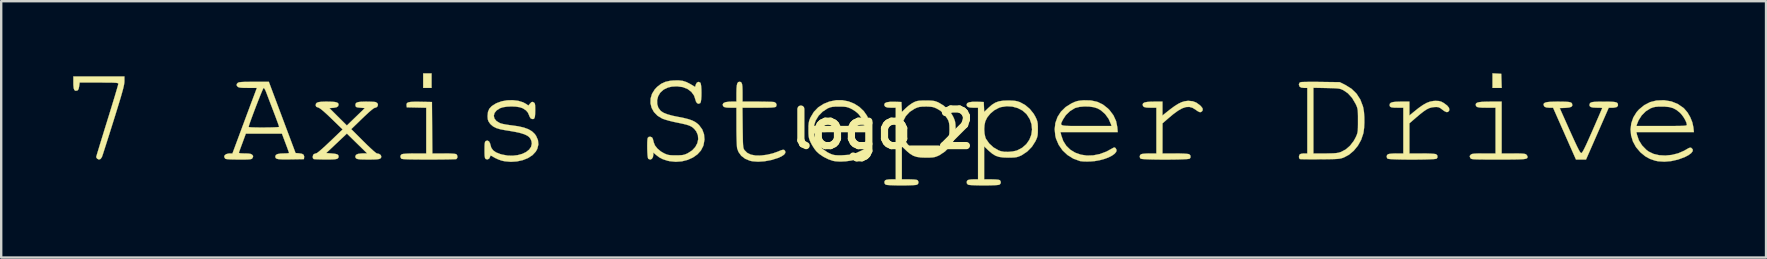
<source format=kicad_pcb>
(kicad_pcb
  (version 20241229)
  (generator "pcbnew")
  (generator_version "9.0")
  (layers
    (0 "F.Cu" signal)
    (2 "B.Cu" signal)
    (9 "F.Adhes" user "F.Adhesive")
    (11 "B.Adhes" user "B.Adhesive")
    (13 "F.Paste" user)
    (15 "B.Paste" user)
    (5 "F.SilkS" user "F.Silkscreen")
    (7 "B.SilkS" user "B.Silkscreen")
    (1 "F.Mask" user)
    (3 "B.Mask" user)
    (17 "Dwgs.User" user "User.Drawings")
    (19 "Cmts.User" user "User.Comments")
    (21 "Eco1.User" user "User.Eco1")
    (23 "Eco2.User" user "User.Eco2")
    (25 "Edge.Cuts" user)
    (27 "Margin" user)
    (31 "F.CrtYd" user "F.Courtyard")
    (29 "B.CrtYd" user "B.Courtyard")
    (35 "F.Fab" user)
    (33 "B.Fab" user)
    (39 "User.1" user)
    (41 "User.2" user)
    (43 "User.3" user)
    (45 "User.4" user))
  (footprint "logo_2"
    (layer "F.Cu")
    (at 33.724 2.326)
    (property "Reference" "logo_2" (at 0 0 0) (layer "F.SilkS") (effects (font (size 1.524 1.524) (thickness 0.3))))
    (attr through_hole)
    (fp_poly (pts (xy -18.796 -1.714) (xy -19.145 -1.714) (xy -19.145 -2.318) (xy -18.796 -2.318) (xy -18.796 -1.714)) (stroke (width 0.01) (type solid)) (fill yes) (layer "F.SilkS"))
    (fp_poly (pts (xy 25.583 -2.311) (xy 25.765 -2.302) (xy 25.774 -2.008) (xy 25.783 -1.714) (xy 25.4 -1.714) (xy 25.4 -2.321) (xy 25.583 -2.311)) (stroke (width 0.01) (type solid)) (fill yes) (layer "F.SilkS"))
    (fp_poly (pts (xy -19.249 -1.136) (xy -18.78 -1.127) (xy -18.772 -0.056) (xy -18.763 1.016) (xy -18.278 1.016) (xy -18.061 1.018) (xy -17.904 1.025) (xy -17.803 1.037) (xy -17.756 1.053) (xy -17.755 1.054) (xy -17.721 1.119) (xy -17.722 1.192) (xy -17.755 1.245) (xy -17.767 1.251) (xy -17.809 1.255) (xy -17.908 1.259) (xy -18.055 1.263) (xy -18.242 1.266) (xy -18.462 1.268) (xy -18.707 1.27) (xy -18.919 1.27) (xy -19.238 1.269) (xy -19.497 1.267) (xy -19.702 1.264) (xy -19.856 1.259) (xy -19.964 1.252) (xy -20.031 1.243) (xy -20.06 1.232) (xy -20.096 1.16) (xy -20.079 1.087) (xy -20.036 1.049) (xy -19.983 1.037) (xy -19.878 1.027) (xy -19.734 1.02) (xy -19.563 1.016) (xy -19.497 1.016) (xy -19.018 1.016) (xy -19.018 -0.887) (xy -19.423 -0.896) (xy -19.828 -0.905) (xy -19.838 -0.99) (xy -19.837 -1.045) (xy -19.815 -1.085) (xy -19.763 -1.113) (xy -19.676 -1.129) (xy -19.543 -1.137) (xy -19.359 -1.138) (xy -19.249 -1.136)) (stroke (width 0.01) (type solid)) (fill yes) (layer "F.SilkS"))
    (fp_poly (pts (xy 25.781 -1.143) (xy 25.781 1.016) (xy 26.271 1.016) (xy 26.465 1.017) (xy 26.605 1.021) (xy 26.702 1.028) (xy 26.764 1.04) (xy 26.801 1.057) (xy 26.811 1.066) (xy 26.851 1.122) (xy 26.86 1.155) (xy 26.858 1.184) (xy 26.845 1.208) (xy 26.818 1.227) (xy 26.768 1.242) (xy 26.692 1.253) (xy 26.582 1.26) (xy 26.434 1.265) (xy 26.24 1.268) (xy 25.995 1.27) (xy 25.694 1.27) (xy 25.649 1.27) (xy 25.35 1.27) (xy 25.109 1.269) (xy 24.918 1.268) (xy 24.772 1.265) (xy 24.664 1.261) (xy 24.589 1.255) (xy 24.539 1.247) (xy 24.508 1.237) (xy 24.49 1.224) (xy 24.48 1.209) (xy 24.452 1.147) (xy 24.46 1.108) (xy 24.497 1.066) (xy 24.527 1.046) (xy 24.579 1.032) (xy 24.66 1.023) (xy 24.782 1.018) (xy 24.954 1.016) (xy 25.037 1.016) (xy 25.527 1.016) (xy 25.527 -0.889) (xy 25.152 -0.889) (xy 24.973 -0.891) (xy 24.847 -0.9) (xy 24.766 -0.918) (xy 24.722 -0.948) (xy 24.704 -0.992) (xy 24.701 -1.023) (xy 24.715 -1.066) (xy 24.759 -1.098) (xy 24.841 -1.12) (xy 24.967 -1.134) (xy 25.145 -1.141) (xy 25.323 -1.143) (xy 25.781 -1.143)) (stroke (width 0.01) (type solid)) (fill yes) (layer "F.SilkS"))
    (fp_poly (pts (xy -31.591 -1.994) (xy -31.594 -1.938) (xy -31.603 -1.87) (xy -31.62 -1.784) (xy -31.646 -1.674) (xy -31.684 -1.535) (xy -31.733 -1.361) (xy -31.797 -1.147) (xy -31.877 -0.887) (xy -31.973 -0.576) (xy -32.038 -0.368) (xy -32.13 -0.075) (xy -32.217 0.201) (xy -32.298 0.456) (xy -32.37 0.681) (xy -32.431 0.872) (xy -32.479 1.021) (xy -32.513 1.121) (xy -32.529 1.166) (xy -32.584 1.246) (xy -32.652 1.27) (xy -32.724 1.236) (xy -32.728 1.232) (xy -32.761 1.182) (xy -32.766 1.163) (xy -32.757 1.128) (xy -32.731 1.038) (xy -32.689 0.899) (xy -32.634 0.718) (xy -32.567 0.499) (xy -32.49 0.25) (xy -32.406 -0.024) (xy -32.315 -0.316) (xy -32.306 -0.346) (xy -32.214 -0.641) (xy -32.129 -0.919) (xy -32.051 -1.174) (xy -31.983 -1.398) (xy -31.927 -1.588) (xy -31.884 -1.735) (xy -31.856 -1.834) (xy -31.845 -1.88) (xy -31.845 -1.881) (xy -31.849 -1.898) (xy -31.866 -1.911) (xy -31.902 -1.921) (xy -31.966 -1.928) (xy -32.064 -1.933) (xy -32.204 -1.935) (xy -32.392 -1.936) (xy -32.636 -1.937) (xy -33.456 -1.937) (xy -33.477 -1.78) (xy -33.498 -1.676) (xy -33.53 -1.621) (xy -33.562 -1.603) (xy -33.63 -1.595) (xy -33.677 -1.626) (xy -33.705 -1.704) (xy -33.717 -1.835) (xy -33.718 -1.925) (xy -33.718 -2.191) (xy -31.591 -2.191) (xy -31.591 -1.994)) (stroke (width 0.01) (type solid)) (fill yes) (layer "F.SilkS"))
    (fp_poly (pts (xy 12.914 -1.158) (xy 13.059 -1.103) (xy 13.202 -1) (xy 13.248 -0.959) (xy 13.32 -0.868) (xy 13.329 -0.788) (xy 13.297 -0.737) (xy 13.247 -0.705) (xy 13.188 -0.709) (xy 13.106 -0.753) (xy 13.027 -0.81) (xy 12.9 -0.887) (xy 12.769 -0.923) (xy 12.629 -0.916) (xy 12.475 -0.864) (xy 12.299 -0.765) (xy 12.098 -0.618) (xy 11.909 -0.46) (xy 11.654 -0.238) (xy 11.653 0.389) (xy 11.652 1.016) (xy 12.178 1.016) (xy 12.37 1.018) (xy 12.535 1.023) (xy 12.664 1.032) (xy 12.746 1.043) (xy 12.766 1.049) (xy 12.818 1.107) (xy 12.82 1.182) (xy 12.789 1.232) (xy 12.747 1.243) (xy 12.65 1.253) (xy 12.509 1.26) (xy 12.334 1.266) (xy 12.132 1.27) (xy 11.915 1.272) (xy 11.691 1.273) (xy 11.471 1.271) (xy 11.263 1.268) (xy 11.077 1.263) (xy 10.922 1.256) (xy 10.809 1.247) (xy 10.746 1.236) (xy 10.738 1.232) (xy 10.702 1.16) (xy 10.719 1.087) (xy 10.761 1.049) (xy 10.82 1.034) (xy 10.923 1.023) (xy 11.053 1.017) (xy 11.11 1.016) (xy 11.398 1.016) (xy 11.398 -0.889) (xy 11.151 -0.889) (xy 10.999 -0.894) (xy 10.901 -0.913) (xy 10.847 -0.949) (xy 10.827 -1.006) (xy 10.827 -1.023) (xy 10.845 -1.072) (xy 10.904 -1.107) (xy 11.01 -1.129) (xy 11.168 -1.141) (xy 11.321 -1.143) (xy 11.652 -1.143) (xy 11.652 -0.563) (xy 11.755 -0.648) (xy 11.973 -0.821) (xy 12.154 -0.954) (xy 12.308 -1.051) (xy 12.443 -1.117) (xy 12.568 -1.156) (xy 12.692 -1.173) (xy 12.748 -1.174) (xy 12.914 -1.158)) (stroke (width 0.01) (type solid)) (fill yes) (layer "F.SilkS"))
    (fp_poly (pts (xy 23.165 -1.168) (xy 23.264 -1.142) (xy 23.367 -1.087) (xy 23.376 -1.081) (xy 23.513 -0.978) (xy 23.589 -0.883) (xy 23.603 -0.796) (xy 23.591 -0.764) (xy 23.545 -0.712) (xy 23.481 -0.707) (xy 23.391 -0.75) (xy 23.305 -0.813) (xy 23.219 -0.877) (xy 23.151 -0.909) (xy 23.073 -0.919) (xy 22.97 -0.915) (xy 22.866 -0.901) (xy 22.765 -0.872) (xy 22.659 -0.82) (xy 22.538 -0.74) (xy 22.392 -0.627) (xy 22.211 -0.474) (xy 22.195 -0.46) (xy 21.939 -0.238) (xy 21.939 1.016) (xy 22.465 1.016) (xy 22.657 1.018) (xy 22.822 1.023) (xy 22.951 1.032) (xy 23.033 1.043) (xy 23.053 1.049) (xy 23.105 1.107) (xy 23.107 1.182) (xy 23.076 1.232) (xy 23.034 1.243) (xy 22.937 1.253) (xy 22.796 1.26) (xy 22.621 1.266) (xy 22.419 1.27) (xy 22.202 1.272) (xy 21.978 1.273) (xy 21.758 1.271) (xy 21.55 1.268) (xy 21.364 1.263) (xy 21.209 1.256) (xy 21.096 1.247) (xy 21.033 1.236) (xy 21.025 1.232) (xy 20.989 1.16) (xy 21.006 1.087) (xy 21.048 1.049) (xy 21.107 1.034) (xy 21.21 1.023) (xy 21.34 1.017) (xy 21.397 1.016) (xy 21.685 1.016) (xy 21.685 -0.889) (xy 21.45 -0.889) (xy 21.298 -0.892) (xy 21.2 -0.903) (xy 21.143 -0.925) (xy 21.118 -0.963) (xy 21.114 -1.004) (xy 21.127 -1.059) (xy 21.17 -1.098) (xy 21.252 -1.123) (xy 21.381 -1.138) (xy 21.563 -1.143) (xy 21.608 -1.143) (xy 21.939 -1.143) (xy 21.939 -0.564) (xy 22.106 -0.703) (xy 22.318 -0.873) (xy 22.498 -1) (xy 22.656 -1.089) (xy 22.801 -1.144) (xy 22.945 -1.17) (xy 23.036 -1.174) (xy 23.165 -1.168)) (stroke (width 0.01) (type solid)) (fill yes) (layer "F.SilkS"))
    (fp_poly (pts (xy 28.33 -1.141) (xy 28.48 -1.136) (xy 28.585 -1.127) (xy 28.653 -1.111) (xy 28.694 -1.087) (xy 28.715 -1.054) (xy 28.719 -1.043) (xy 28.724 -0.974) (xy 28.685 -0.927) (xy 28.595 -0.898) (xy 28.449 -0.883) (xy 28.432 -0.882) (xy 28.2 -0.873) (xy 28.619 0.064) (xy 28.741 0.333) (xy 28.84 0.549) (xy 28.919 0.716) (xy 28.981 0.84) (xy 29.028 0.925) (xy 29.063 0.976) (xy 29.089 0.998) (xy 29.097 1) (xy 29.119 0.989) (xy 29.149 0.951) (xy 29.189 0.882) (xy 29.243 0.776) (xy 29.313 0.63) (xy 29.4 0.437) (xy 29.509 0.192) (xy 29.564 0.067) (xy 29.663 -0.16) (xy 29.753 -0.368) (xy 29.832 -0.549) (xy 29.896 -0.698) (xy 29.942 -0.806) (xy 29.968 -0.867) (xy 29.972 -0.878) (xy 29.943 -0.883) (xy 29.866 -0.887) (xy 29.757 -0.889) (xy 29.738 -0.889) (xy 29.585 -0.896) (xy 29.489 -0.921) (xy 29.443 -0.965) (xy 29.443 -1.032) (xy 29.447 -1.043) (xy 29.465 -1.079) (xy 29.5 -1.105) (xy 29.56 -1.123) (xy 29.654 -1.134) (xy 29.792 -1.14) (xy 29.983 -1.142) (xy 30.035 -1.142) (xy 30.239 -1.141) (xy 30.389 -1.136) (xy 30.492 -1.126) (xy 30.56 -1.11) (xy 30.6 -1.086) (xy 30.621 -1.052) (xy 30.624 -1.043) (xy 30.625 -0.965) (xy 30.568 -0.914) (xy 30.454 -0.89) (xy 30.405 -0.888) (xy 30.242 -0.888) (xy 29.769 0.191) (xy 29.296 1.27) (xy 29.086 1.27) (xy 28.877 1.269) (xy 27.924 -0.887) (xy 27.764 -0.888) (xy 27.634 -0.901) (xy 27.558 -0.939) (xy 27.528 -1.006) (xy 27.527 -1.023) (xy 27.541 -1.067) (xy 27.588 -1.099) (xy 27.673 -1.122) (xy 27.804 -1.135) (xy 27.988 -1.142) (xy 28.125 -1.143) (xy 28.33 -1.141)) (stroke (width 0.01) (type solid)) (fill yes) (layer "F.SilkS"))
    (fp_poly (pts (xy 8.67 -1.192) (xy 8.932 -1.135) (xy 9.166 -1.025) (xy 9.378 -0.859) (xy 9.444 -0.792) (xy 9.61 -0.572) (xy 9.72 -0.33) (xy 9.771 -0.076) (xy 9.788 0.127) (xy 7.404 0.127) (xy 7.434 0.257) (xy 7.517 0.496) (xy 7.646 0.699) (xy 7.815 0.862) (xy 8.018 0.985) (xy 8.249 1.066) (xy 8.5 1.104) (xy 8.766 1.096) (xy 9.041 1.041) (xy 9.319 0.938) (xy 9.58 0.794) (xy 9.638 0.765) (xy 9.68 0.778) (xy 9.703 0.8) (xy 9.741 0.872) (xy 9.724 0.95) (xy 9.657 1.03) (xy 9.548 1.108) (xy 9.404 1.182) (xy 9.231 1.246) (xy 9.037 1.298) (xy 8.828 1.335) (xy 8.636 1.351) (xy 8.488 1.353) (xy 8.35 1.349) (xy 8.244 1.338) (xy 8.214 1.333) (xy 7.939 1.233) (xy 7.696 1.082) (xy 7.49 0.889) (xy 7.329 0.659) (xy 7.218 0.4) (xy 7.189 0.286) (xy 7.161 0.006) (xy 7.188 -0.224) (xy 7.429 -0.224) (xy 7.434 -0.188) (xy 7.465 -0.163) (xy 7.527 -0.145) (xy 7.625 -0.135) (xy 7.765 -0.129) (xy 7.953 -0.127) (xy 8.193 -0.127) (xy 8.479 -0.127) (xy 9.529 -0.127) (xy 9.507 -0.198) (xy 9.409 -0.425) (xy 9.265 -0.623) (xy 9.086 -0.781) (xy 8.944 -0.862) (xy 8.789 -0.91) (xy 8.598 -0.937) (xy 8.395 -0.941) (xy 8.2 -0.924) (xy 8.037 -0.885) (xy 7.997 -0.869) (xy 7.798 -0.746) (xy 7.628 -0.582) (xy 7.511 -0.404) (xy 7.473 -0.33) (xy 7.444 -0.271) (xy 7.429 -0.224) (xy 7.188 -0.224) (xy 7.193 -0.26) (xy 7.282 -0.507) (xy 7.424 -0.727) (xy 7.619 -0.917) (xy 7.859 -1.067) (xy 7.99 -1.128) (xy 8.102 -1.165) (xy 8.221 -1.186) (xy 8.374 -1.199) (xy 8.67 -1.192)) (stroke (width 0.01) (type solid)) (fill yes) (layer "F.SilkS"))
    (fp_poly (pts (xy 32.561 -1.199) (xy 32.851 -1.151) (xy 33.115 -1.046) (xy 33.349 -0.886) (xy 33.383 -0.855) (xy 33.52 -0.696) (xy 33.637 -0.497) (xy 33.724 -0.281) (xy 33.769 -0.071) (xy 33.79 0.127) (xy 31.396 0.127) (xy 31.417 0.23) (xy 31.497 0.467) (xy 31.632 0.684) (xy 31.812 0.868) (xy 31.909 0.939) (xy 32.11 1.035) (xy 32.346 1.09) (xy 32.604 1.103) (xy 32.87 1.077) (xy 33.133 1.011) (xy 33.379 0.905) (xy 33.476 0.849) (xy 33.574 0.793) (xy 33.639 0.773) (xy 33.682 0.784) (xy 33.741 0.846) (xy 33.74 0.919) (xy 33.68 1) (xy 33.565 1.086) (xy 33.407 1.169) (xy 33.132 1.27) (xy 32.844 1.335) (xy 32.56 1.359) (xy 32.295 1.342) (xy 32.171 1.316) (xy 31.952 1.24) (xy 31.761 1.133) (xy 31.575 0.98) (xy 31.558 0.965) (xy 31.378 0.753) (xy 31.25 0.518) (xy 31.174 0.268) (xy 31.151 0.013) (xy 31.168 -0.127) (xy 31.396 -0.127) (xy 32.446 -0.127) (xy 32.732 -0.127) (xy 32.961 -0.128) (xy 33.14 -0.13) (xy 33.273 -0.132) (xy 33.369 -0.137) (xy 33.432 -0.143) (xy 33.471 -0.152) (xy 33.49 -0.164) (xy 33.496 -0.178) (xy 33.496 -0.184) (xy 33.476 -0.272) (xy 33.424 -0.386) (xy 33.35 -0.509) (xy 33.265 -0.621) (xy 33.205 -0.684) (xy 33.064 -0.796) (xy 32.925 -0.871) (xy 32.769 -0.915) (xy 32.579 -0.934) (xy 32.464 -0.936) (xy 32.303 -0.934) (xy 32.185 -0.924) (xy 32.09 -0.903) (xy 31.999 -0.869) (xy 31.981 -0.862) (xy 31.784 -0.739) (xy 31.614 -0.568) (xy 31.483 -0.361) (xy 31.418 -0.198) (xy 31.396 -0.127) (xy 31.168 -0.127) (xy 31.182 -0.24) (xy 31.266 -0.482) (xy 31.403 -0.704) (xy 31.506 -0.819) (xy 31.727 -0.999) (xy 31.966 -1.122) (xy 32.229 -1.188) (xy 32.523 -1.201) (xy 32.561 -1.199)) (stroke (width 0.01) (type solid)) (fill yes) (layer "F.SilkS"))
    (fp_poly (pts (xy -5.921 -1.961) (xy -5.885 -1.931) (xy -5.861 -1.869) (xy -5.848 -1.768) (xy -5.843 -1.616) (xy -5.842 -1.518) (xy -5.842 -1.143) (xy -5.215 -1.143) (xy -5.017 -1.142) (xy -4.838 -1.139) (xy -4.688 -1.135) (xy -4.578 -1.13) (xy -4.52 -1.124) (xy -4.517 -1.123) (xy -4.45 -1.08) (xy -4.423 -1.01) (xy -4.443 -0.939) (xy -4.446 -0.935) (xy -4.47 -0.919) (xy -4.516 -0.908) (xy -4.592 -0.899) (xy -4.707 -0.893) (xy -4.867 -0.89) (xy -5.08 -0.889) (xy -5.165 -0.889) (xy -5.845 -0.889) (xy -5.836 -0.05) (xy -5.832 0.204) (xy -5.829 0.402) (xy -5.825 0.552) (xy -5.819 0.663) (xy -5.811 0.742) (xy -5.801 0.797) (xy -5.786 0.836) (xy -5.768 0.867) (xy -5.759 0.879) (xy -5.646 0.992) (xy -5.498 1.064) (xy -5.306 1.101) (xy -5.273 1.104) (xy -5.061 1.101) (xy -4.821 1.07) (xy -4.582 1.014) (xy -4.368 0.939) (xy -4.359 0.935) (xy -4.237 0.884) (xy -4.158 0.863) (xy -4.108 0.869) (xy -4.074 0.904) (xy -4.064 0.921) (xy -4.058 0.992) (xy -4.112 1.067) (xy -4.224 1.141) (xy -4.368 1.205) (xy -4.643 1.29) (xy -4.922 1.342) (xy -5.191 1.36) (xy -5.432 1.342) (xy -5.531 1.321) (xy -5.732 1.238) (xy -5.895 1.114) (xy -6.011 0.953) (xy -6.066 0.803) (xy -6.074 0.738) (xy -6.081 0.62) (xy -6.087 0.459) (xy -6.092 0.266) (xy -6.095 0.051) (xy -6.095 -0.103) (xy -6.096 -0.889) (xy -6.344 -0.889) (xy -6.495 -0.894) (xy -6.593 -0.913) (xy -6.647 -0.949) (xy -6.667 -1.006) (xy -6.668 -1.023) (xy -6.637 -1.082) (xy -6.547 -1.121) (xy -6.397 -1.141) (xy -6.3 -1.143) (xy -6.096 -1.143) (xy -6.096 -1.494) (xy -6.092 -1.686) (xy -6.08 -1.821) (xy -6.057 -1.909) (xy -6.022 -1.955) (xy -5.974 -1.969) (xy -5.921 -1.961)) (stroke (width 0.01) (type solid)) (fill yes) (layer "F.SilkS"))
    (fp_poly (pts (xy 18.112 -1.965) (xy 18.262 -1.963) (xy 19.038 -1.953) (xy 19.279 -1.833) (xy 19.53 -1.676) (xy 19.735 -1.475) (xy 19.892 -1.233) (xy 20.001 -0.95) (xy 20.018 -0.882) (xy 20.046 -0.709) (xy 20.061 -0.498) (xy 20.063 -0.27) (xy 20.052 -0.051) (xy 20.028 0.137) (xy 20.017 0.188) (xy 19.928 0.45) (xy 19.793 0.692) (xy 19.621 0.902) (xy 19.421 1.07) (xy 19.218 1.179) (xy 19.158 1.202) (xy 19.1 1.22) (xy 19.034 1.233) (xy 18.951 1.243) (xy 18.843 1.249) (xy 18.7 1.254) (xy 18.513 1.257) (xy 18.274 1.26) (xy 18.224 1.26) (xy 18.003 1.261) (xy 17.801 1.261) (xy 17.628 1.26) (xy 17.493 1.257) (xy 17.406 1.254) (xy 17.375 1.25) (xy 17.343 1.207) (xy 17.338 1.136) (xy 17.362 1.068) (xy 17.374 1.054) (xy 17.427 1.03) (xy 17.516 1.017) (xy 17.548 1.016) (xy 17.685 1.016) (xy 17.939 1.016) (xy 18.43 1.016) (xy 18.628 1.015) (xy 18.777 1.01) (xy 18.889 1.001) (xy 18.977 0.987) (xy 19.056 0.965) (xy 19.097 0.95) (xy 19.29 0.847) (xy 19.468 0.691) (xy 19.619 0.495) (xy 19.694 0.358) (xy 19.733 0.275) (xy 19.76 0.205) (xy 19.778 0.136) (xy 19.789 0.054) (xy 19.794 -0.055) (xy 19.796 -0.203) (xy 19.796 -0.349) (xy 19.796 -0.537) (xy 19.793 -0.674) (xy 19.787 -0.775) (xy 19.774 -0.853) (xy 19.754 -0.92) (xy 19.725 -0.992) (xy 19.696 -1.052) (xy 19.552 -1.297) (xy 19.377 -1.489) (xy 19.195 -1.614) (xy 19.133 -1.644) (xy 19.075 -1.667) (xy 19.009 -1.683) (xy 18.924 -1.693) (xy 18.808 -1.7) (xy 18.648 -1.705) (xy 18.486 -1.709) (xy 17.939 -1.72) (xy 17.939 1.016) (xy 17.685 1.016) (xy 17.685 -1.714) (xy 17.548 -1.714) (xy 17.428 -1.728) (xy 17.36 -1.773) (xy 17.336 -1.852) (xy 17.335 -1.863) (xy 17.36 -1.929) (xy 17.411 -1.955) (xy 17.463 -1.959) (xy 17.569 -1.963) (xy 17.719 -1.965) (xy 17.903 -1.966) (xy 18.112 -1.965)) (stroke (width 0.01) (type solid)) (fill yes) (layer "F.SilkS"))
    (fp_poly (pts (xy -1.426 -1.152) (xy -1.187 -1.056) (xy -0.973 -0.92) (xy -0.791 -0.747) (xy -0.649 -0.542) (xy -0.554 -0.31) (xy -0.515 -0.087) (xy -0.499 0.127) (xy -1.678 0.127) (xy -1.992 0.127) (xy -2.247 0.126) (xy -2.45 0.128) (xy -2.605 0.132) (xy -2.718 0.141) (xy -2.795 0.156) (xy -2.84 0.178) (xy -2.859 0.208) (xy -2.858 0.249) (xy -2.842 0.302) (xy -2.815 0.367) (xy -2.793 0.424) (xy -2.679 0.641) (xy -2.512 0.825) (xy -2.298 0.972) (xy -2.261 0.991) (xy -2.158 1.04) (xy -2.073 1.07) (xy -1.985 1.087) (xy -1.874 1.094) (xy -1.731 1.095) (xy -1.401 1.072) (xy -1.108 0.999) (xy -0.847 0.877) (xy -0.815 0.857) (xy -0.688 0.793) (xy -0.596 0.781) (xy -0.538 0.823) (xy -0.527 0.845) (xy -0.529 0.923) (xy -0.59 1.007) (xy -0.706 1.091) (xy -0.874 1.175) (xy -1.089 1.255) (xy -1.105 1.261) (xy -1.313 1.312) (xy -1.541 1.344) (xy -1.768 1.355) (xy -1.971 1.343) (xy -2.08 1.323) (xy -2.274 1.255) (xy -2.471 1.155) (xy -2.647 1.035) (xy -2.769 0.923) (xy -2.853 0.814) (xy -2.939 0.679) (xy -2.997 0.572) (xy -3.042 0.472) (xy -3.071 0.388) (xy -3.087 0.301) (xy -3.094 0.189) (xy -3.096 0.034) (xy -3.096 0.032) (xy -3.094 -0.127) (xy -2.864 -0.127) (xy -1.813 -0.127) (xy -1.514 -0.128) (xy -1.274 -0.129) (xy -1.086 -0.132) (xy -0.947 -0.137) (xy -0.85 -0.143) (xy -0.791 -0.151) (xy -0.765 -0.161) (xy -0.762 -0.167) (xy -0.781 -0.243) (xy -0.829 -0.35) (xy -0.896 -0.468) (xy -0.971 -0.577) (xy -1.033 -0.65) (xy -1.133 -0.733) (xy -1.257 -0.814) (xy -1.331 -0.853) (xy -1.424 -0.893) (xy -1.51 -0.918) (xy -1.609 -0.931) (xy -1.742 -0.936) (xy -1.826 -0.936) (xy -1.983 -0.934) (xy -2.095 -0.925) (xy -2.183 -0.906) (xy -2.265 -0.875) (xy -2.302 -0.858) (xy -2.505 -0.726) (xy -2.672 -0.556) (xy -2.793 -0.357) (xy -2.843 -0.214) (xy -2.864 -0.127) (xy -3.094 -0.127) (xy -3.094 -0.127) (xy -3.086 -0.242) (xy -3.069 -0.332) (xy -3.041 -0.415) (xy -3.012 -0.48) (xy -2.872 -0.714) (xy -2.691 -0.902) (xy -2.465 -1.048) (xy -2.219 -1.147) (xy -1.949 -1.201) (xy -1.682 -1.202) (xy -1.426 -1.152)) (stroke (width 0.01) (type solid)) (fill yes) (layer "F.SilkS"))
    (fp_poly (pts (xy 5.376 -1.186) (xy 5.503 -1.176) (xy 5.606 -1.156) (xy 5.706 -1.123) (xy 5.723 -1.116) (xy 5.932 -1.002) (xy 6.124 -0.839) (xy 6.284 -0.641) (xy 6.357 -0.514) (xy 6.407 -0.408) (xy 6.438 -0.32) (xy 6.454 -0.229) (xy 6.46 -0.112) (xy 6.461 0) (xy 6.459 0.149) (xy 6.451 0.256) (xy 6.431 0.344) (xy 6.395 0.434) (xy 6.358 0.512) (xy 6.213 0.738) (xy 6.022 0.933) (xy 5.798 1.084) (xy 5.754 1.106) (xy 5.665 1.144) (xy 5.584 1.169) (xy 5.493 1.183) (xy 5.374 1.189) (xy 5.223 1.191) (xy 5.009 1.184) (xy 4.84 1.159) (xy 4.699 1.111) (xy 4.567 1.031) (xy 4.428 0.914) (xy 4.397 0.886) (xy 4.223 0.721) (xy 4.223 2.095) (xy 4.534 2.095) (xy 4.703 2.1) (xy 4.821 2.112) (xy 4.881 2.131) (xy 4.883 2.134) (xy 4.919 2.206) (xy 4.902 2.278) (xy 4.86 2.317) (xy 4.806 2.328) (xy 4.702 2.337) (xy 4.56 2.343) (xy 4.393 2.347) (xy 4.212 2.348) (xy 4.031 2.347) (xy 3.862 2.343) (xy 3.717 2.337) (xy 3.609 2.328) (xy 3.551 2.317) (xy 3.548 2.315) (xy 3.5 2.256) (xy 3.501 2.181) (xy 3.531 2.134) (xy 3.582 2.113) (xy 3.677 2.099) (xy 3.769 2.095) (xy 3.969 2.095) (xy 3.969 0.015) (xy 4.227 0.015) (xy 4.24 0.193) (xy 4.274 0.346) (xy 4.299 0.407) (xy 4.432 0.599) (xy 4.61 0.763) (xy 4.817 0.884) (xy 4.921 0.923) (xy 5.059 0.946) (xy 5.229 0.95) (xy 5.406 0.934) (xy 5.562 0.901) (xy 5.597 0.889) (xy 5.81 0.778) (xy 5.981 0.627) (xy 6.107 0.445) (xy 6.187 0.241) (xy 6.218 0.023) (xy 6.198 -0.198) (xy 6.124 -0.414) (xy 5.994 -0.615) (xy 5.984 -0.628) (xy 5.821 -0.771) (xy 5.62 -0.875) (xy 5.396 -0.936) (xy 5.161 -0.95) (xy 4.93 -0.915) (xy 4.843 -0.887) (xy 4.653 -0.788) (xy 4.484 -0.648) (xy 4.35 -0.482) (xy 4.271 -0.32) (xy 4.238 -0.164) (xy 4.227 0.015) (xy 3.969 0.015) (xy 3.969 -0.889) (xy 3.769 -0.889) (xy 3.629 -0.897) (xy 3.542 -0.924) (xy 3.5 -0.974) (xy 3.493 -1.023) (xy 3.519 -1.079) (xy 3.598 -1.116) (xy 3.734 -1.135) (xy 3.929 -1.136) (xy 3.934 -1.136) (xy 4.207 -1.127) (xy 4.216 -0.92) (xy 4.225 -0.713) (xy 4.391 -0.873) (xy 4.542 -1.007) (xy 4.685 -1.098) (xy 4.836 -1.154) (xy 5.015 -1.182) (xy 5.207 -1.189) (xy 5.376 -1.186)) (stroke (width 0.01) (type solid)) (fill yes) (layer "F.SilkS"))
    (fp_poly (pts (xy -22.955 -1.139) (xy -22.819 -1.127) (xy -22.731 -1.105) (xy -22.684 -1.07) (xy -22.67 -1.02) (xy -22.669 -1.019) (xy -22.69 -0.951) (xy -22.755 -0.908) (xy -22.873 -0.885) (xy -22.901 -0.883) (xy -23.052 -0.873) (xy -22.689 -0.511) (xy -22.325 -0.149) (xy -21.574 -0.873) (xy -21.765 -0.889) (xy -21.871 -0.9) (xy -21.93 -0.917) (xy -21.957 -0.945) (xy -21.966 -0.982) (xy -21.964 -1.047) (xy -21.932 -1.092) (xy -21.861 -1.121) (xy -21.745 -1.137) (xy -21.575 -1.142) (xy -21.528 -1.143) (xy -21.382 -1.141) (xy -21.253 -1.136) (xy -21.158 -1.129) (xy -21.123 -1.123) (xy -21.054 -1.081) (xy -21.029 -1.016) (xy -21.045 -0.949) (xy -21.1 -0.9) (xy -21.157 -0.887) (xy -21.206 -0.864) (xy -21.295 -0.797) (xy -21.42 -0.689) (xy -21.577 -0.543) (xy -21.683 -0.442) (xy -22.142 0.003) (xy -21.636 0.509) (xy -21.483 0.66) (xy -21.344 0.792) (xy -21.227 0.899) (xy -21.138 0.974) (xy -21.083 1.012) (xy -21.072 1.016) (xy -20.982 1.035) (xy -20.915 1.082) (xy -20.892 1.138) (xy -20.898 1.186) (xy -20.922 1.221) (xy -20.973 1.245) (xy -21.059 1.26) (xy -21.189 1.267) (xy -21.372 1.27) (xy -21.431 1.27) (xy -21.63 1.268) (xy -21.773 1.263) (xy -21.87 1.25) (xy -21.93 1.229) (xy -21.96 1.197) (xy -21.971 1.152) (xy -21.971 1.138) (xy -21.944 1.075) (xy -21.861 1.035) (xy -21.72 1.016) (xy -21.664 1.015) (xy -21.479 1.014) (xy -21.901 0.601) (xy -22.324 0.188) (xy -22.754 0.594) (xy -23.185 1) (xy -22.967 1.016) (xy -22.824 1.03) (xy -22.734 1.051) (xy -22.686 1.082) (xy -22.67 1.128) (xy -22.669 1.139) (xy -22.676 1.187) (xy -22.7 1.222) (xy -22.751 1.245) (xy -22.837 1.26) (xy -22.968 1.266) (xy -23.151 1.268) (xy -23.208 1.267) (xy -23.375 1.266) (xy -23.521 1.262) (xy -23.633 1.257) (xy -23.699 1.251) (xy -23.709 1.249) (xy -23.742 1.207) (xy -23.746 1.137) (xy -23.723 1.069) (xy -23.711 1.054) (xy -23.649 1.022) (xy -23.608 1.015) (xy -23.562 0.993) (xy -23.477 0.928) (xy -23.356 0.824) (xy -23.204 0.686) (xy -23.024 0.516) (xy -23.022 0.515) (xy -22.502 0.016) (xy -22.964 -0.432) (xy -23.147 -0.607) (xy -23.292 -0.738) (xy -23.401 -0.828) (xy -23.48 -0.881) (xy -23.524 -0.9) (xy -23.595 -0.925) (xy -23.621 -0.973) (xy -23.622 -0.998) (xy -23.612 -1.055) (xy -23.575 -1.096) (xy -23.503 -1.122) (xy -23.389 -1.137) (xy -23.222 -1.143) (xy -23.146 -1.143) (xy -22.955 -1.139)) (stroke (width 0.01) (type solid)) (fill yes) (layer "F.SilkS"))
    (fp_poly (pts (xy -15.186 -1.176) (xy -14.985 -1.115) (xy -14.852 -1.043) (xy -14.764 -0.98) (xy -14.69 -1.066) (xy -14.635 -1.121) (xy -14.59 -1.132) (xy -14.547 -1.114) (xy -14.515 -1.092) (xy -14.494 -1.057) (xy -14.483 -0.997) (xy -14.479 -0.898) (xy -14.478 -0.785) (xy -14.482 -0.621) (xy -14.492 -0.512) (xy -14.514 -0.448) (xy -14.55 -0.419) (xy -14.604 -0.417) (xy -14.609 -0.418) (xy -14.668 -0.445) (xy -14.712 -0.516) (xy -14.726 -0.555) (xy -14.781 -0.682) (xy -14.862 -0.777) (xy -14.986 -0.859) (xy -15.002 -0.868) (xy -15.124 -0.909) (xy -15.287 -0.934) (xy -15.471 -0.942) (xy -15.657 -0.933) (xy -15.825 -0.907) (xy -15.944 -0.868) (xy -16.086 -0.777) (xy -16.173 -0.669) (xy -16.203 -0.553) (xy -16.177 -0.439) (xy -16.095 -0.336) (xy -15.958 -0.253) (xy -15.926 -0.24) (xy -15.836 -0.215) (xy -15.705 -0.189) (xy -15.555 -0.166) (xy -15.483 -0.157) (xy -15.19 -0.116) (xy -14.952 -0.062) (xy -14.763 0.007) (xy -14.614 0.094) (xy -14.5 0.202) (xy -14.444 0.279) (xy -14.364 0.459) (xy -14.346 0.642) (xy -14.391 0.824) (xy -14.454 0.938) (xy -14.591 1.086) (xy -14.774 1.206) (xy -14.993 1.294) (xy -15.237 1.348) (xy -15.493 1.365) (xy -15.751 1.342) (xy -15.875 1.315) (xy -16.008 1.269) (xy -16.145 1.206) (xy -16.199 1.176) (xy -16.284 1.125) (xy -16.329 1.106) (xy -16.349 1.116) (xy -16.357 1.15) (xy -16.392 1.226) (xy -16.457 1.264) (xy -16.53 1.253) (xy -16.534 1.251) (xy -16.559 1.226) (xy -16.575 1.183) (xy -16.585 1.108) (xy -16.589 0.991) (xy -16.589 0.873) (xy -16.588 0.718) (xy -16.583 0.613) (xy -16.571 0.549) (xy -16.553 0.512) (xy -16.534 0.496) (xy -16.461 0.48) (xy -16.399 0.519) (xy -16.356 0.606) (xy -16.349 0.638) (xy -16.308 0.779) (xy -16.23 0.888) (xy -16.108 0.973) (xy -15.935 1.041) (xy -15.859 1.062) (xy -15.631 1.104) (xy -15.41 1.11) (xy -15.202 1.085) (xy -15.015 1.033) (xy -14.856 0.956) (xy -14.732 0.857) (xy -14.651 0.741) (xy -14.62 0.61) (xy -14.635 0.501) (xy -14.672 0.411) (xy -14.729 0.336) (xy -14.813 0.273) (xy -14.93 0.218) (xy -15.087 0.168) (xy -15.29 0.122) (xy -15.547 0.076) (xy -15.708 0.051) (xy -15.93 0.01) (xy -16.101 -0.042) (xy -16.232 -0.109) (xy -16.334 -0.196) (xy -16.373 -0.243) (xy -16.426 -0.323) (xy -16.453 -0.403) (xy -16.462 -0.509) (xy -16.462 -0.556) (xy -16.446 -0.716) (xy -16.391 -0.845) (xy -16.29 -0.955) (xy -16.136 -1.054) (xy -16.082 -1.082) (xy -15.877 -1.156) (xy -15.649 -1.197) (xy -15.413 -1.203) (xy -15.186 -1.176)) (stroke (width 0.01) (type solid)) (fill yes) (layer "F.SilkS"))
    (fp_poly (pts (xy 1.956 -1.187) (xy 2.073 -1.18) (xy 2.164 -1.165) (xy 2.246 -1.138) (xy 2.326 -1.104) (xy 2.534 -0.979) (xy 2.723 -0.811) (xy 2.875 -0.618) (xy 2.941 -0.499) (xy 2.985 -0.395) (xy 3.013 -0.303) (xy 3.027 -0.202) (xy 3.032 -0.069) (xy 3.032 0.001) (xy 3.03 0.149) (xy 3.021 0.257) (xy 3.001 0.345) (xy 2.966 0.435) (xy 2.929 0.512) (xy 2.784 0.738) (xy 2.593 0.933) (xy 2.369 1.084) (xy 2.325 1.106) (xy 2.236 1.144) (xy 2.155 1.169) (xy 2.064 1.183) (xy 1.945 1.189) (xy 1.794 1.191) (xy 1.58 1.184) (xy 1.411 1.159) (xy 1.27 1.111) (xy 1.138 1.031) (xy 0.999 0.914) (xy 0.968 0.886) (xy 0.794 0.721) (xy 0.794 2.095) (xy 1.105 2.095) (xy 1.274 2.1) (xy 1.392 2.112) (xy 1.452 2.131) (xy 1.454 2.134) (xy 1.49 2.206) (xy 1.473 2.278) (xy 1.431 2.317) (xy 1.377 2.328) (xy 1.273 2.337) (xy 1.131 2.343) (xy 0.964 2.347) (xy 0.783 2.348) (xy 0.602 2.347) (xy 0.433 2.343) (xy 0.288 2.337) (xy 0.18 2.328) (xy 0.122 2.317) (xy 0.119 2.315) (xy 0.071 2.256) (xy 0.072 2.181) (xy 0.102 2.134) (xy 0.153 2.113) (xy 0.248 2.099) (xy 0.34 2.095) (xy 0.54 2.095) (xy 0.54 0) (xy 0.794 0) (xy 0.824 0.24) (xy 0.91 0.458) (xy 1.047 0.647) (xy 1.228 0.8) (xy 1.449 0.909) (xy 1.492 0.923) (xy 1.63 0.946) (xy 1.8 0.95) (xy 1.977 0.934) (xy 2.133 0.901) (xy 2.168 0.889) (xy 2.387 0.774) (xy 2.567 0.609) (xy 2.684 0.44) (xy 2.732 0.347) (xy 2.76 0.264) (xy 2.774 0.171) (xy 2.778 0.042) (xy 2.778 0) (xy 2.774 -0.151) (xy 2.76 -0.26) (xy 2.733 -0.348) (xy 2.706 -0.404) (xy 2.569 -0.61) (xy 2.4 -0.765) (xy 2.26 -0.848) (xy 2.161 -0.893) (xy 2.071 -0.919) (xy 1.969 -0.932) (xy 1.83 -0.937) (xy 1.794 -0.937) (xy 1.645 -0.934) (xy 1.537 -0.923) (xy 1.446 -0.9) (xy 1.351 -0.859) (xy 1.327 -0.848) (xy 1.119 -0.713) (xy 0.959 -0.539) (xy 0.851 -0.332) (xy 0.798 -0.099) (xy 0.794 0) (xy 0.54 0) (xy 0.54 -0.889) (xy 0.34 -0.889) (xy 0.2 -0.897) (xy 0.113 -0.924) (xy 0.071 -0.974) (xy 0.064 -1.023) (xy 0.09 -1.079) (xy 0.169 -1.116) (xy 0.305 -1.135) (xy 0.5 -1.136) (xy 0.505 -1.136) (xy 0.778 -1.127) (xy 0.787 -0.92) (xy 0.796 -0.713) (xy 0.962 -0.873) (xy 1.072 -0.969) (xy 1.194 -1.057) (xy 1.286 -1.111) (xy 1.366 -1.147) (xy 1.443 -1.169) (xy 1.534 -1.182) (xy 1.658 -1.188) (xy 1.794 -1.189) (xy 1.956 -1.187)) (stroke (width 0.01) (type solid)) (fill yes) (layer "F.SilkS"))
    (fp_poly (pts (xy -25.575 -1.968) (xy -25.018 -0.484) (xy -24.461 1) (xy -24.32 1.01) (xy -24.196 1.03) (xy -24.126 1.071) (xy -24.103 1.139) (xy -24.105 1.172) (xy -24.114 1.254) (xy -24.666 1.263) (xy -24.884 1.265) (xy -25.046 1.263) (xy -25.161 1.255) (xy -25.236 1.24) (xy -25.28 1.216) (xy -25.3 1.182) (xy -25.305 1.14) (xy -25.283 1.081) (xy -25.215 1.042) (xy -25.094 1.021) (xy -24.958 1.016) (xy -24.847 1.013) (xy -24.767 1.007) (xy -24.733 0.997) (xy -24.733 0.997) (xy -24.744 0.961) (xy -24.773 0.878) (xy -24.816 0.759) (xy -24.87 0.616) (xy -24.882 0.584) (xy -25.03 0.191) (xy -26.533 0.191) (xy -26.67 0.564) (xy -26.724 0.709) (xy -26.77 0.835) (xy -26.804 0.928) (xy -26.821 0.975) (xy -26.822 0.976) (xy -26.812 0.997) (xy -26.759 1.01) (xy -26.654 1.015) (xy -26.58 1.016) (xy -26.435 1.02) (xy -26.341 1.033) (xy -26.285 1.058) (xy -26.275 1.066) (xy -26.234 1.113) (xy -26.232 1.154) (xy -26.258 1.209) (xy -26.275 1.231) (xy -26.302 1.247) (xy -26.35 1.258) (xy -26.427 1.265) (xy -26.544 1.269) (xy -26.71 1.27) (xy -26.824 1.27) (xy -27.049 1.268) (xy -27.215 1.262) (xy -27.326 1.252) (xy -27.385 1.238) (xy -27.394 1.232) (xy -27.434 1.161) (xy -27.419 1.097) (xy -27.355 1.046) (xy -27.251 1.019) (xy -27.2 1.016) (xy -27.091 1.016) (xy -26.764 0.135) (xy -26.681 -0.087) (xy -26.417 -0.087) (xy -26.387 -0.079) (xy -26.305 -0.072) (xy -26.183 -0.068) (xy -26.032 -0.065) (xy -25.864 -0.064) (xy -25.69 -0.065) (xy -25.523 -0.067) (xy -25.373 -0.071) (xy -25.253 -0.076) (xy -25.173 -0.084) (xy -25.146 -0.092) (xy -25.157 -0.129) (xy -25.187 -0.216) (xy -25.234 -0.344) (xy -25.293 -0.504) (xy -25.362 -0.686) (xy -25.387 -0.751) (xy -25.463 -0.95) (xy -25.536 -1.14) (xy -25.6 -1.309) (xy -25.652 -1.445) (xy -25.686 -1.536) (xy -25.691 -1.548) (xy -25.731 -1.639) (xy -25.77 -1.7) (xy -25.792 -1.715) (xy -25.809 -1.686) (xy -25.845 -1.608) (xy -25.896 -1.488) (xy -25.957 -1.337) (xy -26.026 -1.163) (xy -26.099 -0.976) (xy -26.172 -0.785) (xy -26.241 -0.6) (xy -26.304 -0.43) (xy -26.356 -0.285) (xy -26.394 -0.172) (xy -26.414 -0.103) (xy -26.417 -0.087) (xy -26.681 -0.087) (xy -26.669 -0.119) (xy -26.572 -0.382) (xy -26.476 -0.639) (xy -26.387 -0.877) (xy -26.311 -1.082) (xy -26.255 -1.23) (xy -26.073 -1.714) (xy -26.449 -1.714) (xy -26.619 -1.716) (xy -26.737 -1.722) (xy -26.813 -1.734) (xy -26.859 -1.753) (xy -26.874 -1.764) (xy -26.919 -1.826) (xy -26.907 -1.88) (xy -26.874 -1.919) (xy -26.848 -1.936) (xy -26.803 -1.949) (xy -26.731 -1.958) (xy -26.624 -1.964) (xy -26.473 -1.967) (xy -26.27 -1.968) (xy -26.199 -1.968) (xy -25.575 -1.968)) (stroke (width 0.01) (type solid)) (fill yes) (layer "F.SilkS"))
    (fp_poly (pts (xy -8.33 -2.007) (xy -8.179 -1.958) (xy -8.02 -1.877) (xy -7.996 -1.862) (xy -7.817 -1.755) (xy -7.789 -1.854) (xy -7.744 -1.935) (xy -7.678 -1.965) (xy -7.605 -1.938) (xy -7.603 -1.935) (xy -7.581 -1.886) (xy -7.565 -1.789) (xy -7.556 -1.66) (xy -7.553 -1.514) (xy -7.555 -1.368) (xy -7.564 -1.237) (xy -7.579 -1.137) (xy -7.601 -1.083) (xy -7.603 -1.081) (xy -7.674 -1.053) (xy -7.739 -1.081) (xy -7.786 -1.157) (xy -7.797 -1.2) (xy -7.86 -1.392) (xy -7.974 -1.55) (xy -8.132 -1.669) (xy -8.329 -1.747) (xy -8.559 -1.778) (xy -8.589 -1.778) (xy -8.784 -1.768) (xy -8.943 -1.732) (xy -9.088 -1.665) (xy -9.146 -1.629) (xy -9.272 -1.513) (xy -9.357 -1.367) (xy -9.399 -1.204) (xy -9.396 -1.039) (xy -9.348 -0.885) (xy -9.251 -0.757) (xy -9.249 -0.755) (xy -9.137 -0.681) (xy -8.971 -0.614) (xy -8.748 -0.553) (xy -8.528 -0.508) (xy -8.281 -0.459) (xy -8.087 -0.41) (xy -7.934 -0.356) (xy -7.811 -0.293) (xy -7.708 -0.216) (xy -7.651 -0.162) (xy -7.521 0.014) (xy -7.446 0.217) (xy -7.427 0.438) (xy -7.467 0.668) (xy -7.479 0.705) (xy -7.575 0.893) (xy -7.721 1.054) (xy -7.909 1.186) (xy -8.127 1.284) (xy -8.368 1.345) (xy -8.623 1.364) (xy -8.88 1.338) (xy -8.978 1.316) (xy -9.162 1.256) (xy -9.309 1.18) (xy -9.445 1.076) (xy -9.557 0.978) (xy -9.557 1.062) (xy -9.575 1.17) (xy -9.621 1.242) (xy -9.685 1.271) (xy -9.755 1.247) (xy -9.773 1.232) (xy -9.786 1.188) (xy -9.798 1.095) (xy -9.806 0.97) (xy -9.811 0.826) (xy -9.812 0.679) (xy -9.81 0.544) (xy -9.803 0.436) (xy -9.792 0.37) (xy -9.791 0.368) (xy -9.748 0.327) (xy -9.679 0.32) (xy -9.616 0.347) (xy -9.594 0.373) (xy -9.569 0.441) (xy -9.546 0.535) (xy -9.543 0.55) (xy -9.49 0.684) (xy -9.385 0.816) (xy -9.24 0.936) (xy -9.117 1.007) (xy -9.025 1.049) (xy -8.943 1.075) (xy -8.85 1.089) (xy -8.726 1.095) (xy -8.62 1.095) (xy -8.466 1.093) (xy -8.356 1.085) (xy -8.269 1.068) (xy -8.185 1.036) (xy -8.121 1.006) (xy -7.944 0.892) (xy -7.811 0.75) (xy -7.725 0.59) (xy -7.688 0.422) (xy -7.702 0.253) (xy -7.771 0.095) (xy -7.85 -0.003) (xy -7.914 -0.062) (xy -7.983 -0.108) (xy -8.067 -0.147) (xy -8.177 -0.183) (xy -8.326 -0.219) (xy -8.523 -0.261) (xy -8.576 -0.271) (xy -8.752 -0.309) (xy -8.924 -0.352) (xy -9.073 -0.396) (xy -9.18 -0.434) (xy -9.186 -0.436) (xy -9.382 -0.554) (xy -9.53 -0.706) (xy -9.629 -0.882) (xy -9.676 -1.074) (xy -9.671 -1.273) (xy -9.612 -1.469) (xy -9.497 -1.654) (xy -9.396 -1.76) (xy -9.234 -1.884) (xy -9.06 -1.965) (xy -8.858 -2.011) (xy -8.7 -2.025) (xy -8.496 -2.027) (xy -8.33 -2.007)) (stroke (width 0.01) (type solid)) (fill yes) (layer "F.SilkS")))
  (gr_rect
    (start -3 -3)
    (end 70.519 7.679)
    (stroke (width 0.1) (type default))
    (fill no)
    (layer "Edge.Cuts")))
</source>
